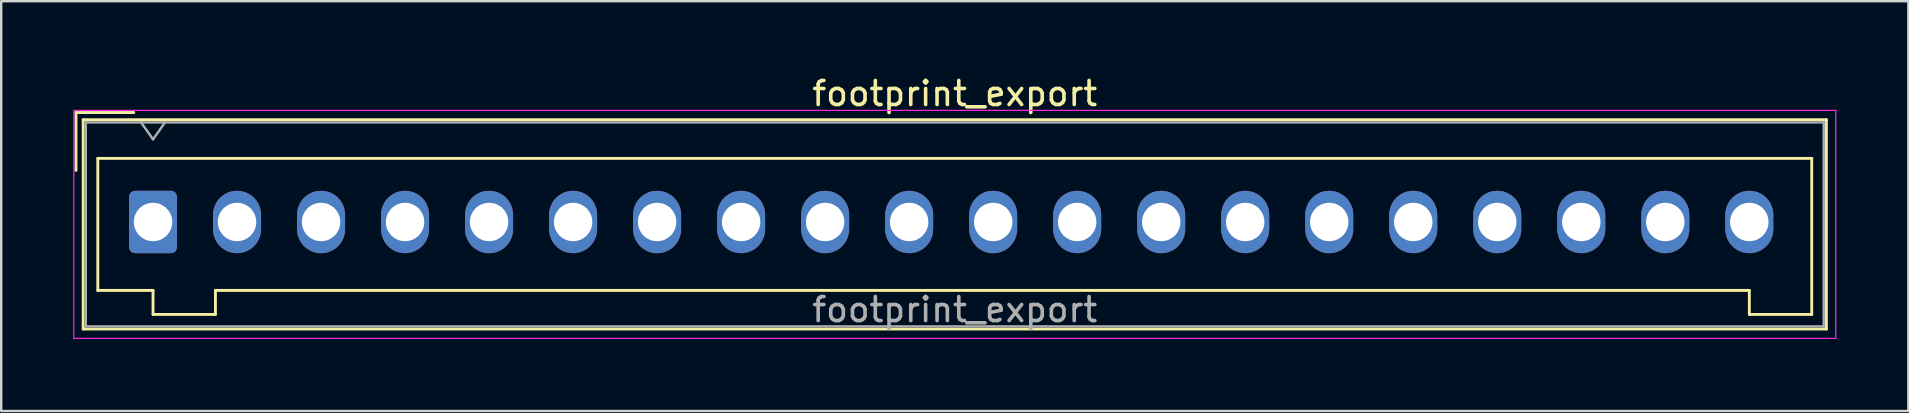
<source format=kicad_pcb>
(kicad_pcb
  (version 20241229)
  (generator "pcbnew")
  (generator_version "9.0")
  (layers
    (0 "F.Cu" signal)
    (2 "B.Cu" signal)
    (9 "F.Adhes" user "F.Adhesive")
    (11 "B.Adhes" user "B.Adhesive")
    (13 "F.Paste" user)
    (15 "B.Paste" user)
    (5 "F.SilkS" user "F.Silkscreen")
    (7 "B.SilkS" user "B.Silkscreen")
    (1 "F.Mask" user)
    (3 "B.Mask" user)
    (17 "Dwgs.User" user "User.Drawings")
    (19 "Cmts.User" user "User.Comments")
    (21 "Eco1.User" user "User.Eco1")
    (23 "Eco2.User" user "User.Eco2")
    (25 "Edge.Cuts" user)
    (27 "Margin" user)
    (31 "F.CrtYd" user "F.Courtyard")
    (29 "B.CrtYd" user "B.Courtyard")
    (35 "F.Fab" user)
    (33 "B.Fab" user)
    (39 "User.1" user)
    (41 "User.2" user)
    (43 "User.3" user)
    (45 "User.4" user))
  (footprint "footprint_export"
    (layer "F.Cu")
    (at 3.325 6.198)
    (property "Reference" "footprint_export" (at 33.4 -5.35 0) (layer "F.SilkS") (effects (font (size 1 1) (thickness 0.15))))
    (attr through_hole)
    (fp_line (start -3.21 -4.56) (end -0.8 -4.56) (stroke (width 0.12) (type solid)) (layer "F.SilkS"))
    (fp_line (start -3.21 -2.15) (end -3.21 -4.56) (stroke (width 0.12) (type solid)) (layer "F.SilkS"))
    (fp_line (start -2.91 -4.26) (end -2.91 4.46) (stroke (width 0.12) (type solid)) (layer "F.SilkS"))
    (fp_line (start -2.91 4.46) (end 69.71 4.46) (stroke (width 0.12) (type solid)) (layer "F.SilkS"))
    (fp_line (start -2.3 -2.65) (end -2.3 2.85) (stroke (width 0.12) (type solid)) (layer "F.SilkS"))
    (fp_line (start -2.3 2.85) (end 0 2.85) (stroke (width 0.12) (type solid)) (layer "F.SilkS"))
    (fp_line (start 0 2.85) (end 0 3.85) (stroke (width 0.12) (type solid)) (layer "F.SilkS"))
    (fp_line (start 0 3.85) (end 2.6 3.85) (stroke (width 0.12) (type solid)) (layer "F.SilkS"))
    (fp_line (start 2.6 2.85) (end 66.5 2.85) (stroke (width 0.12) (type solid)) (layer "F.SilkS"))
    (fp_line (start 2.6 3.85) (end 2.6 2.85) (stroke (width 0.12) (type solid)) (layer "F.SilkS"))
    (fp_line (start 66.5 2.85) (end 66.5 3.85) (stroke (width 0.12) (type solid)) (layer "F.SilkS"))
    (fp_line (start 66.5 3.85) (end 69.1 3.85) (stroke (width 0.12) (type solid)) (layer "F.SilkS"))
    (fp_line (start 69.1 -2.65) (end -2.3 -2.65) (stroke (width 0.12) (type solid)) (layer "F.SilkS"))
    (fp_line (start 69.1 3.85) (end 69.1 -2.65) (stroke (width 0.12) (type solid)) (layer "F.SilkS"))
    (fp_line (start 69.71 -4.26) (end -2.91 -4.26) (stroke (width 0.12) (type solid)) (layer "F.SilkS"))
    (fp_line (start 69.71 4.46) (end 69.71 -4.26) (stroke (width 0.12) (type solid)) (layer "F.SilkS"))
    (fp_line (start -3.3 -4.65) (end -3.3 4.85) (stroke (width 0.05) (type solid)) (layer "F.CrtYd"))
    (fp_line (start -3.3 4.85) (end 70.1 4.85) (stroke (width 0.05) (type solid)) (layer "F.CrtYd"))
    (fp_line (start 70.1 -4.65) (end -3.3 -4.65) (stroke (width 0.05) (type solid)) (layer "F.CrtYd"))
    (fp_line (start 70.1 4.85) (end 70.1 -4.65) (stroke (width 0.05) (type solid)) (layer "F.CrtYd"))
    (fp_line (start -2.8 -4.15) (end -2.8 4.35) (stroke (width 0.1) (type solid)) (layer "F.Fab"))
    (fp_line (start -2.8 4.35) (end 69.6 4.35) (stroke (width 0.1) (type solid)) (layer "F.Fab"))
    (fp_line (start -0.5 -4.15) (end 0 -3.443) (stroke (width 0.1) (type solid)) (layer "F.Fab"))
    (fp_line (start 0 -3.443) (end 0.5 -4.15) (stroke (width 0.1) (type solid)) (layer "F.Fab"))
    (fp_line (start 69.6 -4.15) (end -2.8 -4.15) (stroke (width 0.1) (type solid)) (layer "F.Fab"))
    (fp_line (start 69.6 4.35) (end 69.6 -4.15) (stroke (width 0.1) (type solid)) (layer "F.Fab"))
    (fp_text user "${REFERENCE}" (at 33.4 3.65 0) (layer "F.Fab") (effects (font (size 1 1) (thickness 0.15))))
    (pad "1" thru_hole roundrect (at 0 0) (size 2 2.6) (drill 1.6) (layers "*.Cu" "*.Mask") (roundrect_rratio 0.125))
    (pad "2" thru_hole oval (at 3.5 0) (size 2 2.6) (drill 1.6) (layers "*.Cu" "*.Mask"))
    (pad "3" thru_hole oval (at 7 0) (size 2 2.6) (drill 1.6) (layers "*.Cu" "*.Mask"))
    (pad "4" thru_hole oval (at 10.5 0) (size 2 2.6) (drill 1.6) (layers "*.Cu" "*.Mask"))
    (pad "5" thru_hole oval (at 14 0) (size 2 2.6) (drill 1.6) (layers "*.Cu" "*.Mask"))
    (pad "6" thru_hole oval (at 17.5 0) (size 2 2.6) (drill 1.6) (layers "*.Cu" "*.Mask"))
    (pad "7" thru_hole oval (at 21 0) (size 2 2.6) (drill 1.6) (layers "*.Cu" "*.Mask"))
    (pad "8" thru_hole oval (at 24.5 0) (size 2 2.6) (drill 1.6) (layers "*.Cu" "*.Mask"))
    (pad "9" thru_hole oval (at 28 0) (size 2 2.6) (drill 1.6) (layers "*.Cu" "*.Mask"))
    (pad "10" thru_hole oval (at 31.5 0) (size 2 2.6) (drill 1.6) (layers "*.Cu" "*.Mask"))
    (pad "11" thru_hole oval (at 35 0) (size 2 2.6) (drill 1.6) (layers "*.Cu" "*.Mask"))
    (pad "12" thru_hole oval (at 38.5 0) (size 2 2.6) (drill 1.6) (layers "*.Cu" "*.Mask"))
    (pad "13" thru_hole oval (at 42 0) (size 2 2.6) (drill 1.6) (layers "*.Cu" "*.Mask"))
    (pad "14" thru_hole oval (at 45.5 0) (size 2 2.6) (drill 1.6) (layers "*.Cu" "*.Mask"))
    (pad "15" thru_hole oval (at 49 0) (size 2 2.6) (drill 1.6) (layers "*.Cu" "*.Mask"))
    (pad "16" thru_hole oval (at 52.5 0) (size 2 2.6) (drill 1.6) (layers "*.Cu" "*.Mask"))
    (pad "17" thru_hole oval (at 56 0) (size 2 2.6) (drill 1.6) (layers "*.Cu" "*.Mask"))
    (pad "18" thru_hole oval (at 59.5 0) (size 2 2.6) (drill 1.6) (layers "*.Cu" "*.Mask"))
    (pad "19" thru_hole oval (at 63 0) (size 2 2.6) (drill 1.6) (layers "*.Cu" "*.Mask"))
    (pad "20" thru_hole oval (at 66.5 0) (size 2 2.6) (drill 1.6) (layers "*.Cu" "*.Mask")))
  (gr_rect
    (start -3 -3)
    (end 76.45 14.073)
    (stroke (width 0.1) (type default))
    (fill no)
    (layer "Edge.Cuts")))
</source>
